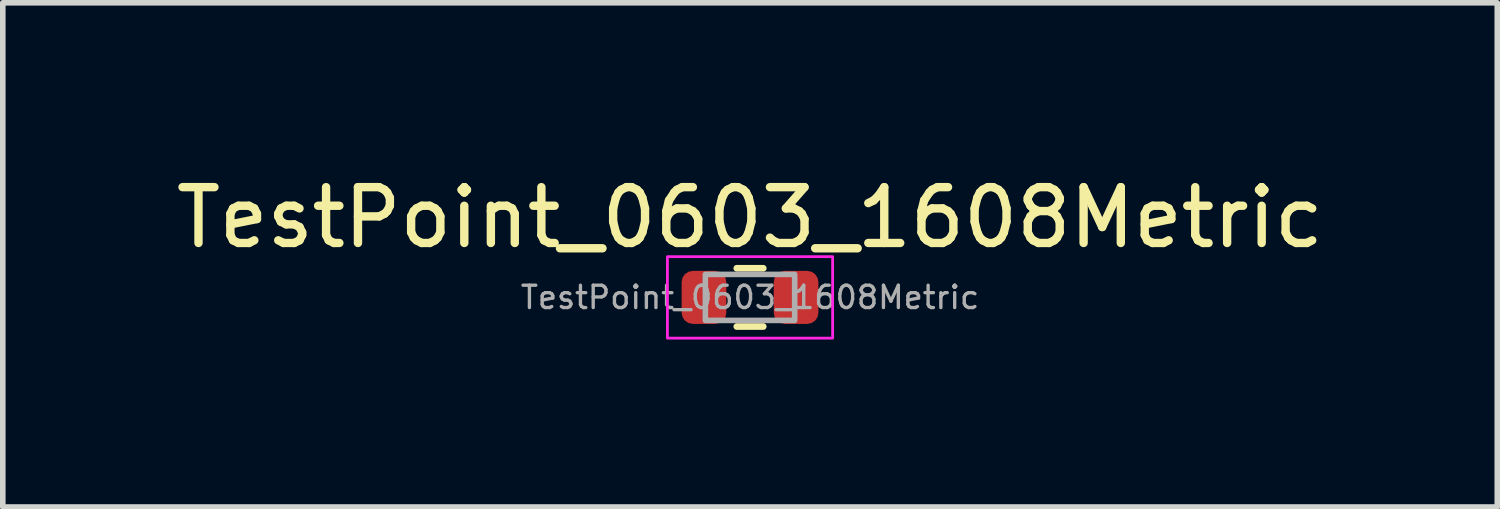
<source format=kicad_pcb>
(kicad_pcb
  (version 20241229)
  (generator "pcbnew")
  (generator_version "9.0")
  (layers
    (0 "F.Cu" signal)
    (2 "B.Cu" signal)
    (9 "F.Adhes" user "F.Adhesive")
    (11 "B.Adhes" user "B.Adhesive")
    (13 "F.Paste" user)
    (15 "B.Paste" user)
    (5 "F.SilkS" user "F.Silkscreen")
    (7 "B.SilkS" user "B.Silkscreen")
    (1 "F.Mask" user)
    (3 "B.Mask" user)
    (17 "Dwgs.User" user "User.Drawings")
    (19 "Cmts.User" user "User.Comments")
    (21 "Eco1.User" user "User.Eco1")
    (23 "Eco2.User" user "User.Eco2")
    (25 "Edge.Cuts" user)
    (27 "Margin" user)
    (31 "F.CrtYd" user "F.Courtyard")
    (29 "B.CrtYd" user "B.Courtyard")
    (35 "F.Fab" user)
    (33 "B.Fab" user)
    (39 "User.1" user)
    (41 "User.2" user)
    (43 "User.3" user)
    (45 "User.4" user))
  (footprint "TestPoint_0603_1608Metric"
    (layer "F.Cu")
    (at 10.387 2.278)
    (property "Reference" "TestPoint_0603_1608Metric" (at 0 -1.43 0) (layer "F.SilkS") (effects (font (size 1 1) (thickness 0.15))))
    (attr smd)
    (fp_line (start -0.237 -0.522) (end 0.237 -0.522) (stroke (width 0.12) (type solid)) (layer "F.SilkS"))
    (fp_line (start -0.237 0.522) (end 0.237 0.522) (stroke (width 0.12) (type solid)) (layer "F.SilkS"))
    (fp_rect (start -1.48 -0.73) (end 1.48 0.73) (stroke (width 0.05) (type solid)) (fill no) (layer "F.CrtYd"))
    (fp_rect (start -0.8 -0.412) (end 0.8 0.412) (stroke (width 0.1) (type solid)) (fill no) (layer "F.Fab"))
    (fp_text user "${REFERENCE}" (at 0 0 0) (layer "F.Fab") (effects (font (size 0.4 0.4) (thickness 0.06))))
    (pad "1" smd roundrect (at -0.825 0) (size 0.8 0.95) (layers "F.Cu" "F.Mask" "F.Paste") (roundrect_rratio 0.25))
    (pad "1" smd roundrect (at 0.825 0) (size 0.8 0.95) (layers "F.Cu" "F.Mask" "F.Paste") (roundrect_rratio 0.25)))
  (gr_rect
    (start -3 -3)
    (end 23.774 6.033)
    (stroke (width 0.1) (type default))
    (fill no)
    (layer "Edge.Cuts")))
</source>
